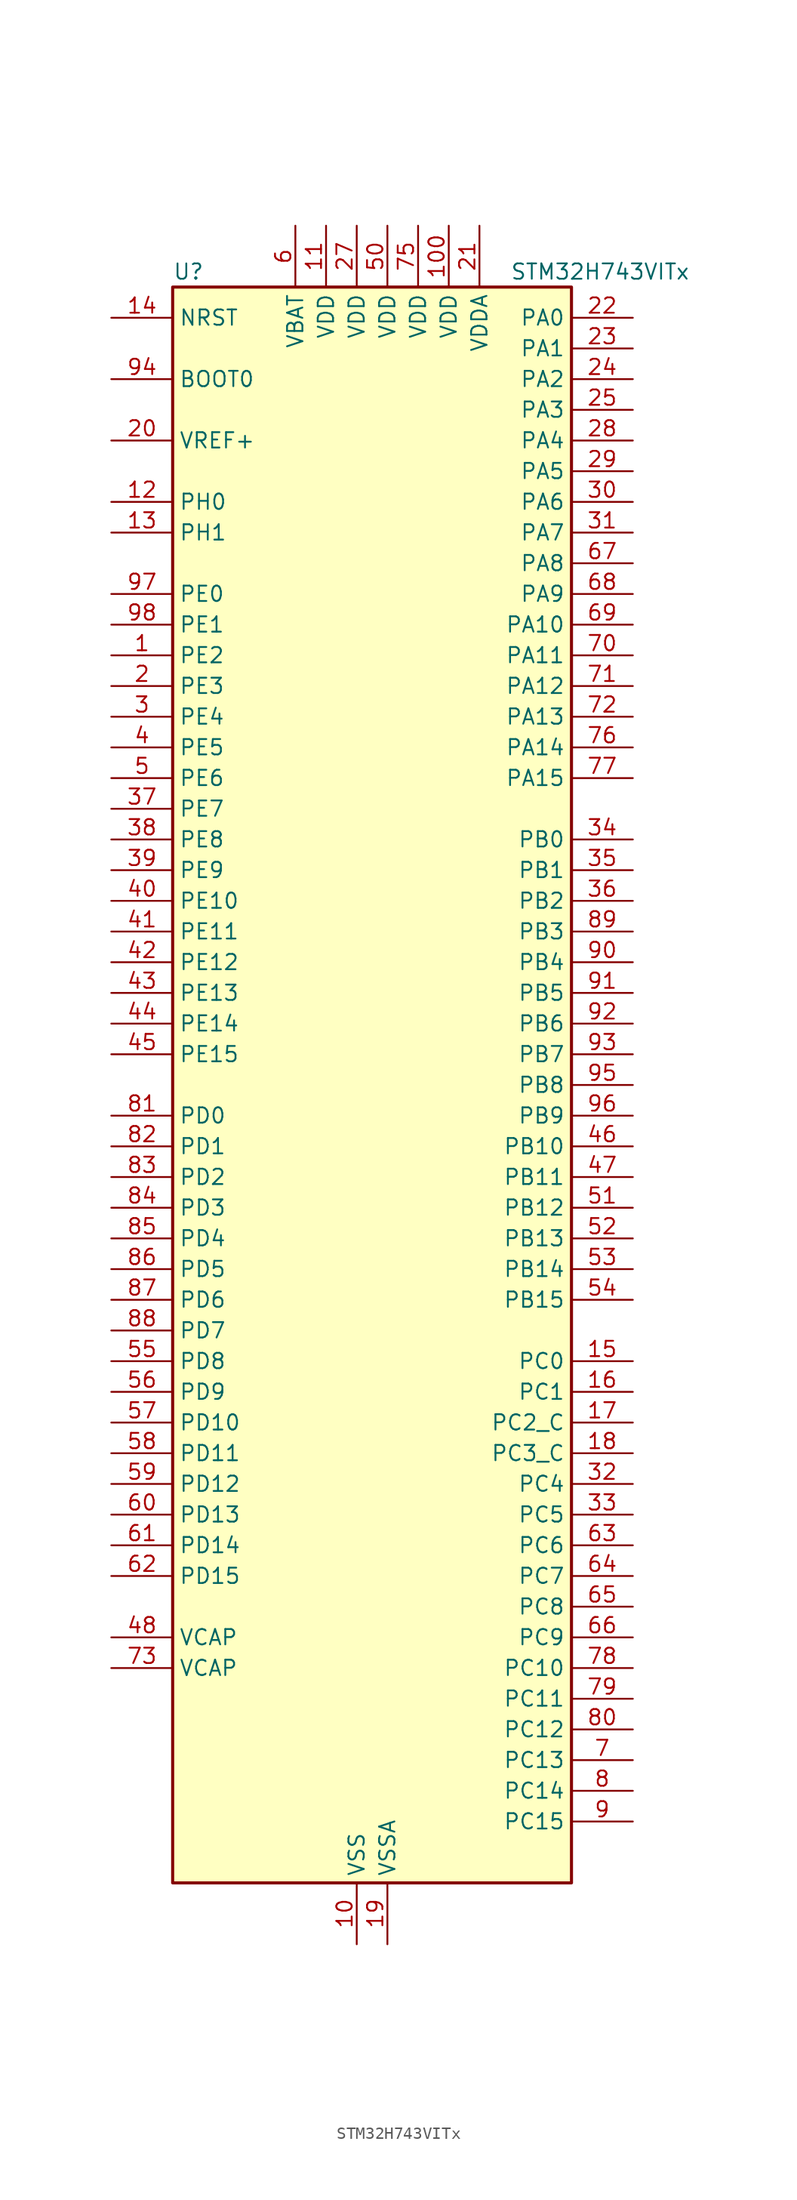
<source format=kicad_sym>
(kicad_symbol_lib
  (version 20231120)
  (generator "kicad_symbol_editor")
  (generator_version "8.0")
  (symbol "STM32H743VITx"
    (property "Reference" "U"
      (at -15.24 67.31 0)
      (effects (font (size 1.27 1.27)) (justify left)))
    (property "Value" "STM32H743VITx"
      (at 12.7 67.31 0)
      (effects (font (size 1.27 1.27)) (justify left)))
    (property "ki_locked" ""
      (at 0 0 0)
      (effects (font (size 1.27 1.27))))
    (symbol "STM32H743VITx_0_1"
      (rectangle (start -15.24 -66.04) (end 17.78 66.04) (stroke (width 0.254) (type default)) (fill (type background))))
    (symbol "STM32H743VITx_1_1"
      (pin bidirectional line (at -20.32 35.56 0) (length 5.08) (name "PE2" (effects (font (size 1.27 1.27)))) (number "1" (effects (font (size 1.27 1.27)))) (alternate "DEBUG_TRACECLK" bidirectional line) (alternate "ETH_TXD3" bidirectional line) (alternate "FMC_A23" bidirectional line) (alternate "QUADSPI_BK1_IO2" bidirectional line) (alternate "SAI1_CK1" bidirectional line) (alternate "SAI1_MCLK_A" bidirectional line) (alternate "SAI4_CK1" bidirectional line) (alternate "SAI4_MCLK_A" bidirectional line) (alternate "SPI4_SCK" bidirectional line))
      (pin power_in line (at 0 -71.12 90) (length 5.08) (name "VSS" (effects (font (size 1.27 1.27)))) (number "10" (effects (font (size 1.27 1.27)))))
      (pin power_in line (at 7.62 71.12 270) (length 5.08) (name "VDD" (effects (font (size 1.27 1.27)))) (number "100" (effects (font (size 1.27 1.27)))))
      (pin power_in line (at -2.54 71.12 270) (length 5.08) (name "VDD" (effects (font (size 1.27 1.27)))) (number "11" (effects (font (size 1.27 1.27)))))
      (pin bidirectional line (at -20.32 48.26 0) (length 5.08) (name "PH0" (effects (font (size 1.27 1.27)))) (number "12" (effects (font (size 1.27 1.27)))) (alternate "RCC_OSC_IN" bidirectional line))
      (pin bidirectional line (at -20.32 45.72 0) (length 5.08) (name "PH1" (effects (font (size 1.27 1.27)))) (number "13" (effects (font (size 1.27 1.27)))) (alternate "RCC_OSC_OUT" bidirectional line))
      (pin input line (at -20.32 63.5 0) (length 5.08) (name "NRST" (effects (font (size 1.27 1.27)))) (number "14" (effects (font (size 1.27 1.27)))))
      (pin bidirectional line (at 22.86 -22.86 180) (length 5.08) (name "PC0" (effects (font (size 1.27 1.27)))) (number "15" (effects (font (size 1.27 1.27)))) (alternate "ADC1_INP10" bidirectional line) (alternate "ADC2_INP10" bidirectional line) (alternate "ADC3_INP10" bidirectional line) (alternate "DFSDM1_CKIN0" bidirectional line) (alternate "DFSDM1_DATIN4" bidirectional line) (alternate "FMC_SDNWE" bidirectional line) (alternate "LTDC_R5" bidirectional line) (alternate "SAI2_FS_B" bidirectional line) (alternate "USB_OTG_HS_ULPI_STP" bidirectional line))
      (pin bidirectional line (at 22.86 -25.4 180) (length 5.08) (name "PC1" (effects (font (size 1.27 1.27)))) (number "16" (effects (font (size 1.27 1.27)))) (alternate "ADC1_INN10" bidirectional line) (alternate "ADC1_INP11" bidirectional line) (alternate "ADC2_INN10" bidirectional line) (alternate "ADC2_INP11" bidirectional line) (alternate "ADC3_INN10" bidirectional line) (alternate "ADC3_INP11" bidirectional line) (alternate "DEBUG_TRACED0" bidirectional line) (alternate "DFSDM1_CKIN4" bidirectional line) (alternate "DFSDM1_DATIN0" bidirectional line) (alternate "ETH_MDC" bidirectional line) (alternate "I2S2_SDO" bidirectional line) (alternate "MDIOS_MDC" bidirectional line) (alternate "PWR_WKUP6" bidirectional line) (alternate "RTC_TAMP3" bidirectional line) (alternate "SAI1_D1" bidirectional line) (alternate "SAI1_SD_A" bidirectional line) (alternate "SAI4_D1" bidirectional line) (alternate "SAI4_SD_A" bidirectional line) (alternate "SDMMC2_CK" bidirectional line) (alternate "SPI2_MOSI" bidirectional line))
      (pin bidirectional line (at 22.86 -27.94 180) (length 5.08) (name "PC2_C" (effects (font (size 1.27 1.27)))) (number "17" (effects (font (size 1.27 1.27)))) (alternate "ADC3_INN1" bidirectional line) (alternate "ADC3_INP0" bidirectional line) (alternate "DFSDM1_CKIN1" bidirectional line) (alternate "DFSDM1_CKOUT" bidirectional line) (alternate "ETH_TXD2" bidirectional line) (alternate "FMC_SDNE0" bidirectional line) (alternate "I2S2_SDI" bidirectional line) (alternate "PWR_CSTOP" bidirectional line) (alternate "SPI2_MISO" bidirectional line) (alternate "USB_OTG_HS_ULPI_DIR" bidirectional line))
      (pin bidirectional line (at 22.86 -30.48 180) (length 5.08) (name "PC3_C" (effects (font (size 1.27 1.27)))) (number "18" (effects (font (size 1.27 1.27)))) (alternate "ADC3_INP1" bidirectional line) (alternate "DFSDM1_DATIN1" bidirectional line) (alternate "ETH_TX_CLK" bidirectional line) (alternate "FMC_SDCKE0" bidirectional line) (alternate "I2S2_SDO" bidirectional line) (alternate "PWR_CSLEEP" bidirectional line) (alternate "SPI2_MOSI" bidirectional line) (alternate "USB_OTG_HS_ULPI_NXT" bidirectional line))
      (pin power_in line (at 2.54 -71.12 90) (length 5.08) (name "VSSA" (effects (font (size 1.27 1.27)))) (number "19" (effects (font (size 1.27 1.27)))))
      (pin bidirectional line (at -20.32 33.02 0) (length 5.08) (name "PE3" (effects (font (size 1.27 1.27)))) (number "2" (effects (font (size 1.27 1.27)))) (alternate "DEBUG_TRACED0" bidirectional line) (alternate "FMC_A19" bidirectional line) (alternate "SAI1_SD_B" bidirectional line) (alternate "SAI4_SD_B" bidirectional line) (alternate "TIM15_BKIN" bidirectional line))
      (pin input line (at -20.32 53.34 0) (length 5.08) (name "VREF+" (effects (font (size 1.27 1.27)))) (number "20" (effects (font (size 1.27 1.27)))) (alternate "VREFBUF_OUT" bidirectional line))
      (pin power_in line (at 10.16 71.12 270) (length 5.08) (name "VDDA" (effects (font (size 1.27 1.27)))) (number "21" (effects (font (size 1.27 1.27)))))
      (pin bidirectional line (at 22.86 63.5 180) (length 5.08) (name "PA0" (effects (font (size 1.27 1.27)))) (number "22" (effects (font (size 1.27 1.27)))) (alternate "ADC1_INP16" bidirectional line) (alternate "ETH_CRS" bidirectional line) (alternate "PWR_WKUP1" bidirectional line) (alternate "SAI2_SD_B" bidirectional line) (alternate "SDMMC2_CMD" bidirectional line) (alternate "TIM15_BKIN" bidirectional line) (alternate "TIM2_CH1" bidirectional line) (alternate "TIM2_ETR" bidirectional line) (alternate "TIM5_CH1" bidirectional line) (alternate "TIM8_ETR" bidirectional line) (alternate "UART4_TX" bidirectional line) (alternate "USART2_CTS" bidirectional line) (alternate "USART2_NSS" bidirectional line))
      (pin bidirectional line (at 22.86 60.96 180) (length 5.08) (name "PA1" (effects (font (size 1.27 1.27)))) (number "23" (effects (font (size 1.27 1.27)))) (alternate "ADC1_INN16" bidirectional line) (alternate "ADC1_INP17" bidirectional line) (alternate "ETH_REF_CLK" bidirectional line) (alternate "ETH_RX_CLK" bidirectional line) (alternate "LPTIM3_OUT" bidirectional line) (alternate "LTDC_R2" bidirectional line) (alternate "QUADSPI_BK1_IO3" bidirectional line) (alternate "SAI2_MCLK_B" bidirectional line) (alternate "TIM15_CH1N" bidirectional line) (alternate "TIM2_CH2" bidirectional line) (alternate "TIM5_CH2" bidirectional line) (alternate "UART4_RX" bidirectional line) (alternate "USART2_DE" bidirectional line) (alternate "USART2_RTS" bidirectional line))
      (pin bidirectional line (at 22.86 58.42 180) (length 5.08) (name "PA2" (effects (font (size 1.27 1.27)))) (number "24" (effects (font (size 1.27 1.27)))) (alternate "ADC1_INP14" bidirectional line) (alternate "ADC2_INP14" bidirectional line) (alternate "ETH_MDIO" bidirectional line) (alternate "LPTIM4_OUT" bidirectional line) (alternate "LTDC_R1" bidirectional line) (alternate "MDIOS_MDIO" bidirectional line) (alternate "PWR_WKUP2" bidirectional line) (alternate "SAI2_SCK_B" bidirectional line) (alternate "TIM15_CH1" bidirectional line) (alternate "TIM2_CH3" bidirectional line) (alternate "TIM5_CH3" bidirectional line) (alternate "USART2_TX" bidirectional line))
      (pin bidirectional line (at 22.86 55.88 180) (length 5.08) (name "PA3" (effects (font (size 1.27 1.27)))) (number "25" (effects (font (size 1.27 1.27)))) (alternate "ADC1_INP15" bidirectional line) (alternate "ADC2_INP15" bidirectional line) (alternate "ETH_COL" bidirectional line) (alternate "LPTIM5_OUT" bidirectional line) (alternate "LTDC_B2" bidirectional line) (alternate "LTDC_B5" bidirectional line) (alternate "TIM15_CH2" bidirectional line) (alternate "TIM2_CH4" bidirectional line) (alternate "TIM5_CH4" bidirectional line) (alternate "USART2_RX" bidirectional line) (alternate "USB_OTG_HS_ULPI_D0" bidirectional line))
      (pin passive line (at 0 -71.12 90) (length 5.08) hide (name "VSS" (effects (font (size 1.27 1.27)))) (number "26" (effects (font (size 1.27 1.27)))))
      (pin power_in line (at 0 71.12 270) (length 5.08) (name "VDD" (effects (font (size 1.27 1.27)))) (number "27" (effects (font (size 1.27 1.27)))))
      (pin bidirectional line (at 22.86 53.34 180) (length 5.08) (name "PA4" (effects (font (size 1.27 1.27)))) (number "28" (effects (font (size 1.27 1.27)))) (alternate "ADC1_INP18" bidirectional line) (alternate "ADC2_INP18" bidirectional line) (alternate "DAC1_OUT1" bidirectional line) (alternate "DCMI_HSYNC" bidirectional line) (alternate "I2S1_WS" bidirectional line) (alternate "I2S3_WS" bidirectional line) (alternate "LTDC_VSYNC" bidirectional line) (alternate "SPI1_NSS" bidirectional line) (alternate "SPI3_NSS" bidirectional line) (alternate "SPI6_NSS" bidirectional line) (alternate "TIM5_ETR" bidirectional line) (alternate "USART2_CK" bidirectional line) (alternate "USB_OTG_HS_SOF" bidirectional line))
      (pin bidirectional line (at 22.86 50.8 180) (length 5.08) (name "PA5" (effects (font (size 1.27 1.27)))) (number "29" (effects (font (size 1.27 1.27)))) (alternate "ADC1_INN18" bidirectional line) (alternate "ADC1_INP19" bidirectional line) (alternate "ADC2_INN18" bidirectional line) (alternate "ADC2_INP19" bidirectional line) (alternate "DAC1_OUT2" bidirectional line) (alternate "I2S1_CK" bidirectional line) (alternate "LTDC_R4" bidirectional line) (alternate "PWR_NDSTOP2" bidirectional line) (alternate "SPI1_SCK" bidirectional line) (alternate "SPI6_SCK" bidirectional line) (alternate "TIM2_CH1" bidirectional line) (alternate "TIM2_ETR" bidirectional line) (alternate "TIM8_CH1N" bidirectional line) (alternate "USB_OTG_HS_ULPI_CK" bidirectional line))
      (pin bidirectional line (at -20.32 30.48 0) (length 5.08) (name "PE4" (effects (font (size 1.27 1.27)))) (number "3" (effects (font (size 1.27 1.27)))) (alternate "DCMI_D4" bidirectional line) (alternate "DEBUG_TRACED1" bidirectional line) (alternate "DFSDM1_DATIN3" bidirectional line) (alternate "FMC_A20" bidirectional line) (alternate "LTDC_B0" bidirectional line) (alternate "SAI1_D2" bidirectional line) (alternate "SAI1_FS_A" bidirectional line) (alternate "SAI4_D2" bidirectional line) (alternate "SAI4_FS_A" bidirectional line) (alternate "SPI4_NSS" bidirectional line) (alternate "TIM15_CH1N" bidirectional line))
      (pin bidirectional line (at 22.86 48.26 180) (length 5.08) (name "PA6" (effects (font (size 1.27 1.27)))) (number "30" (effects (font (size 1.27 1.27)))) (alternate "ADC1_INP3" bidirectional line) (alternate "ADC2_INP3" bidirectional line) (alternate "DCMI_PIXCLK" bidirectional line) (alternate "I2S1_SDI" bidirectional line) (alternate "LTDC_G2" bidirectional line) (alternate "MDIOS_MDC" bidirectional line) (alternate "SPI1_MISO" bidirectional line) (alternate "SPI6_MISO" bidirectional line) (alternate "TIM13_CH1" bidirectional line) (alternate "TIM1_BKIN" bidirectional line) (alternate "TIM1_BKIN_COMP1" bidirectional line) (alternate "TIM1_BKIN_COMP2" bidirectional line) (alternate "TIM3_CH1" bidirectional line) (alternate "TIM8_BKIN" bidirectional line) (alternate "TIM8_BKIN_COMP1" bidirectional line) (alternate "TIM8_BKIN_COMP2" bidirectional line))
      (pin bidirectional line (at 22.86 45.72 180) (length 5.08) (name "PA7" (effects (font (size 1.27 1.27)))) (number "31" (effects (font (size 1.27 1.27)))) (alternate "ADC1_INN3" bidirectional line) (alternate "ADC1_INP7" bidirectional line) (alternate "ADC2_INN3" bidirectional line) (alternate "ADC2_INP7" bidirectional line) (alternate "ETH_CRS_DV" bidirectional line) (alternate "ETH_RX_DV" bidirectional line) (alternate "FMC_SDNWE" bidirectional line) (alternate "I2S1_SDO" bidirectional line) (alternate "OPAMP1_VINM" bidirectional line) (alternate "OPAMP1_VINM1" bidirectional line) (alternate "SPI1_MOSI" bidirectional line) (alternate "SPI6_MOSI" bidirectional line) (alternate "TIM14_CH1" bidirectional line) (alternate "TIM1_CH1N" bidirectional line) (alternate "TIM3_CH2" bidirectional line) (alternate "TIM8_CH1N" bidirectional line))
      (pin bidirectional line (at 22.86 -33.02 180) (length 5.08) (name "PC4" (effects (font (size 1.27 1.27)))) (number "32" (effects (font (size 1.27 1.27)))) (alternate "ADC1_INP4" bidirectional line) (alternate "ADC2_INP4" bidirectional line) (alternate "COMP1_INM" bidirectional line) (alternate "DFSDM1_CKIN2" bidirectional line) (alternate "ETH_RXD0" bidirectional line) (alternate "FMC_SDNE0" bidirectional line) (alternate "I2S1_MCK" bidirectional line) (alternate "OPAMP1_VOUT" bidirectional line) (alternate "SPDIFRX1_IN2" bidirectional line))
      (pin bidirectional line (at 22.86 -35.56 180) (length 5.08) (name "PC5" (effects (font (size 1.27 1.27)))) (number "33" (effects (font (size 1.27 1.27)))) (alternate "ADC1_INN4" bidirectional line) (alternate "ADC1_INP8" bidirectional line) (alternate "ADC2_INN4" bidirectional line) (alternate "ADC2_INP8" bidirectional line) (alternate "COMP1_OUT" bidirectional line) (alternate "DFSDM1_DATIN2" bidirectional line) (alternate "ETH_RXD1" bidirectional line) (alternate "FMC_SDCKE0" bidirectional line) (alternate "OPAMP1_VINM" bidirectional line) (alternate "OPAMP1_VINM0" bidirectional line) (alternate "SAI1_D3" bidirectional line) (alternate "SAI4_D3" bidirectional line) (alternate "SPDIFRX1_IN3" bidirectional line))
      (pin bidirectional line (at 22.86 20.32 180) (length 5.08) (name "PB0" (effects (font (size 1.27 1.27)))) (number "34" (effects (font (size 1.27 1.27)))) (alternate "ADC1_INN5" bidirectional line) (alternate "ADC1_INP9" bidirectional line) (alternate "ADC2_INN5" bidirectional line) (alternate "ADC2_INP9" bidirectional line) (alternate "COMP1_INP" bidirectional line) (alternate "DFSDM1_CKOUT" bidirectional line) (alternate "ETH_RXD2" bidirectional line) (alternate "LTDC_G1" bidirectional line) (alternate "LTDC_R3" bidirectional line) (alternate "OPAMP1_VINP" bidirectional line) (alternate "TIM1_CH2N" bidirectional line) (alternate "TIM3_CH3" bidirectional line) (alternate "TIM8_CH2N" bidirectional line) (alternate "UART4_CTS" bidirectional line) (alternate "USB_OTG_HS_ULPI_D1" bidirectional line))
      (pin bidirectional line (at 22.86 17.78 180) (length 5.08) (name "PB1" (effects (font (size 1.27 1.27)))) (number "35" (effects (font (size 1.27 1.27)))) (alternate "ADC1_INP5" bidirectional line) (alternate "ADC2_INP5" bidirectional line) (alternate "COMP1_INM" bidirectional line) (alternate "DFSDM1_DATIN1" bidirectional line) (alternate "ETH_RXD3" bidirectional line) (alternate "LTDC_G0" bidirectional line) (alternate "LTDC_R6" bidirectional line) (alternate "TIM1_CH3N" bidirectional line) (alternate "TIM3_CH4" bidirectional line) (alternate "TIM8_CH3N" bidirectional line) (alternate "USB_OTG_HS_ULPI_D2" bidirectional line))
      (pin bidirectional line (at 22.86 15.24 180) (length 5.08) (name "PB2" (effects (font (size 1.27 1.27)))) (number "36" (effects (font (size 1.27 1.27)))) (alternate "COMP1_INP" bidirectional line) (alternate "DFSDM1_CKIN1" bidirectional line) (alternate "I2S3_SDO" bidirectional line) (alternate "QUADSPI_CLK" bidirectional line) (alternate "RTC_OUT_ALARM" bidirectional line) (alternate "RTC_OUT_CALIB" bidirectional line) (alternate "SAI1_D1" bidirectional line) (alternate "SAI1_SD_A" bidirectional line) (alternate "SAI4_D1" bidirectional line) (alternate "SAI4_SD_A" bidirectional line) (alternate "SPI3_MOSI" bidirectional line))
      (pin bidirectional line (at -20.32 22.86 0) (length 5.08) (name "PE7" (effects (font (size 1.27 1.27)))) (number "37" (effects (font (size 1.27 1.27)))) (alternate "COMP2_INM" bidirectional line) (alternate "DFSDM1_DATIN2" bidirectional line) (alternate "FMC_D4" bidirectional line) (alternate "FMC_DA4" bidirectional line) (alternate "OPAMP2_VOUT" bidirectional line) (alternate "QUADSPI_BK2_IO0" bidirectional line) (alternate "TIM1_ETR" bidirectional line) (alternate "UART7_RX" bidirectional line))
      (pin bidirectional line (at -20.32 20.32 0) (length 5.08) (name "PE8" (effects (font (size 1.27 1.27)))) (number "38" (effects (font (size 1.27 1.27)))) (alternate "COMP2_OUT" bidirectional line) (alternate "DFSDM1_CKIN2" bidirectional line) (alternate "FMC_D5" bidirectional line) (alternate "FMC_DA5" bidirectional line) (alternate "OPAMP2_VINM" bidirectional line) (alternate "OPAMP2_VINM0" bidirectional line) (alternate "QUADSPI_BK2_IO1" bidirectional line) (alternate "TIM1_CH1N" bidirectional line) (alternate "UART7_TX" bidirectional line))
      (pin bidirectional line (at -20.32 17.78 0) (length 5.08) (name "PE9" (effects (font (size 1.27 1.27)))) (number "39" (effects (font (size 1.27 1.27)))) (alternate "COMP2_INP" bidirectional line) (alternate "DAC1_EXTI9" bidirectional line) (alternate "DFSDM1_CKOUT" bidirectional line) (alternate "FMC_D6" bidirectional line) (alternate "FMC_DA6" bidirectional line) (alternate "OPAMP2_VINP" bidirectional line) (alternate "QUADSPI_BK2_IO2" bidirectional line) (alternate "TIM1_CH1" bidirectional line) (alternate "UART7_DE" bidirectional line) (alternate "UART7_RTS" bidirectional line))
      (pin bidirectional line (at -20.32 27.94 0) (length 5.08) (name "PE5" (effects (font (size 1.27 1.27)))) (number "4" (effects (font (size 1.27 1.27)))) (alternate "DCMI_D6" bidirectional line) (alternate "DEBUG_TRACED2" bidirectional line) (alternate "DFSDM1_CKIN3" bidirectional line) (alternate "FMC_A21" bidirectional line) (alternate "LTDC_G0" bidirectional line) (alternate "SAI1_CK2" bidirectional line) (alternate "SAI1_SCK_A" bidirectional line) (alternate "SAI4_CK2" bidirectional line) (alternate "SAI4_SCK_A" bidirectional line) (alternate "SPI4_MISO" bidirectional line) (alternate "TIM15_CH1" bidirectional line))
      (pin bidirectional line (at -20.32 15.24 0) (length 5.08) (name "PE10" (effects (font (size 1.27 1.27)))) (number "40" (effects (font (size 1.27 1.27)))) (alternate "COMP2_INM" bidirectional line) (alternate "DFSDM1_DATIN4" bidirectional line) (alternate "FMC_D7" bidirectional line) (alternate "FMC_DA7" bidirectional line) (alternate "QUADSPI_BK2_IO3" bidirectional line) (alternate "TIM1_CH2N" bidirectional line) (alternate "UART7_CTS" bidirectional line))
      (pin bidirectional line (at -20.32 12.7 0) (length 5.08) (name "PE11" (effects (font (size 1.27 1.27)))) (number "41" (effects (font (size 1.27 1.27)))) (alternate "ADC1_EXTI11" bidirectional line) (alternate "ADC2_EXTI11" bidirectional line) (alternate "ADC3_EXTI11" bidirectional line) (alternate "COMP2_INP" bidirectional line) (alternate "DFSDM1_CKIN4" bidirectional line) (alternate "FMC_D8" bidirectional line) (alternate "FMC_DA8" bidirectional line) (alternate "LTDC_G3" bidirectional line) (alternate "SAI2_SD_B" bidirectional line) (alternate "SPI4_NSS" bidirectional line) (alternate "TIM1_CH2" bidirectional line))
      (pin bidirectional line (at -20.32 10.16 0) (length 5.08) (name "PE12" (effects (font (size 1.27 1.27)))) (number "42" (effects (font (size 1.27 1.27)))) (alternate "COMP1_OUT" bidirectional line) (alternate "DFSDM1_DATIN5" bidirectional line) (alternate "FMC_D9" bidirectional line) (alternate "FMC_DA9" bidirectional line) (alternate "LTDC_B4" bidirectional line) (alternate "SAI2_SCK_B" bidirectional line) (alternate "SPI4_SCK" bidirectional line) (alternate "TIM1_CH3N" bidirectional line))
      (pin bidirectional line (at -20.32 7.62 0) (length 5.08) (name "PE13" (effects (font (size 1.27 1.27)))) (number "43" (effects (font (size 1.27 1.27)))) (alternate "COMP2_OUT" bidirectional line) (alternate "DFSDM1_CKIN5" bidirectional line) (alternate "FMC_D10" bidirectional line) (alternate "FMC_DA10" bidirectional line) (alternate "LTDC_DE" bidirectional line) (alternate "SAI2_FS_B" bidirectional line) (alternate "SPI4_MISO" bidirectional line) (alternate "TIM1_CH3" bidirectional line))
      (pin bidirectional line (at -20.32 5.08 0) (length 5.08) (name "PE14" (effects (font (size 1.27 1.27)))) (number "44" (effects (font (size 1.27 1.27)))) (alternate "FMC_D11" bidirectional line) (alternate "FMC_DA11" bidirectional line) (alternate "LTDC_CLK" bidirectional line) (alternate "SAI2_MCLK_B" bidirectional line) (alternate "SPI4_MOSI" bidirectional line) (alternate "TIM1_CH4" bidirectional line))
      (pin bidirectional line (at -20.32 2.54 0) (length 5.08) (name "PE15" (effects (font (size 1.27 1.27)))) (number "45" (effects (font (size 1.27 1.27)))) (alternate "ADC1_EXTI15" bidirectional line) (alternate "ADC2_EXTI15" bidirectional line) (alternate "ADC3_EXTI15" bidirectional line) (alternate "FMC_D12" bidirectional line) (alternate "FMC_DA12" bidirectional line) (alternate "LTDC_R7" bidirectional line) (alternate "TIM1_BKIN" bidirectional line) (alternate "TIM1_BKIN_COMP1" bidirectional line) (alternate "TIM1_BKIN_COMP2" bidirectional line))
      (pin bidirectional line (at 22.86 -5.08 180) (length 5.08) (name "PB10" (effects (font (size 1.27 1.27)))) (number "46" (effects (font (size 1.27 1.27)))) (alternate "DFSDM1_DATIN7" bidirectional line) (alternate "ETH_RX_ER" bidirectional line) (alternate "HRTIM_SCOUT" bidirectional line) (alternate "I2C2_SCL" bidirectional line) (alternate "I2S2_CK" bidirectional line) (alternate "LPTIM2_IN1" bidirectional line) (alternate "LTDC_G4" bidirectional line) (alternate "QUADSPI_BK1_NCS" bidirectional line) (alternate "SPI2_SCK" bidirectional line) (alternate "TIM2_CH3" bidirectional line) (alternate "USART3_TX" bidirectional line) (alternate "USB_OTG_HS_ULPI_D3" bidirectional line))
      (pin bidirectional line (at 22.86 -7.62 180) (length 5.08) (name "PB11" (effects (font (size 1.27 1.27)))) (number "47" (effects (font (size 1.27 1.27)))) (alternate "ADC1_EXTI11" bidirectional line) (alternate "ADC2_EXTI11" bidirectional line) (alternate "ADC3_EXTI11" bidirectional line) (alternate "DFSDM1_CKIN7" bidirectional line) (alternate "ETH_TX_EN" bidirectional line) (alternate "HRTIM_SCIN" bidirectional line) (alternate "I2C2_SDA" bidirectional line) (alternate "LPTIM2_ETR" bidirectional line) (alternate "LTDC_G5" bidirectional line) (alternate "TIM2_CH4" bidirectional line) (alternate "USART3_RX" bidirectional line) (alternate "USB_OTG_HS_ULPI_D4" bidirectional line))
      (pin power_out line (at -20.32 -45.72 0) (length 5.08) (name "VCAP" (effects (font (size 1.27 1.27)))) (number "48" (effects (font (size 1.27 1.27)))))
      (pin passive line (at 0 -71.12 90) (length 5.08) hide (name "VSS" (effects (font (size 1.27 1.27)))) (number "49" (effects (font (size 1.27 1.27)))))
      (pin bidirectional line (at -20.32 25.4 0) (length 5.08) (name "PE6" (effects (font (size 1.27 1.27)))) (number "5" (effects (font (size 1.27 1.27)))) (alternate "DCMI_D7" bidirectional line) (alternate "DEBUG_TRACED3" bidirectional line) (alternate "FMC_A22" bidirectional line) (alternate "LTDC_G1" bidirectional line) (alternate "SAI1_D1" bidirectional line) (alternate "SAI1_SD_A" bidirectional line) (alternate "SAI2_MCLK_B" bidirectional line) (alternate "SAI4_D1" bidirectional line) (alternate "SAI4_SD_A" bidirectional line) (alternate "SPI4_MOSI" bidirectional line) (alternate "TIM15_CH2" bidirectional line) (alternate "TIM1_BKIN2" bidirectional line) (alternate "TIM1_BKIN2_COMP1" bidirectional line) (alternate "TIM1_BKIN2_COMP2" bidirectional line))
      (pin power_in line (at 2.54 71.12 270) (length 5.08) (name "VDD" (effects (font (size 1.27 1.27)))) (number "50" (effects (font (size 1.27 1.27)))))
      (pin bidirectional line (at 22.86 -10.16 180) (length 5.08) (name "PB12" (effects (font (size 1.27 1.27)))) (number "51" (effects (font (size 1.27 1.27)))) (alternate "DFSDM1_DATIN1" bidirectional line) (alternate "ETH_TXD0" bidirectional line) (alternate "FDCAN2_RX" bidirectional line) (alternate "I2C2_SMBA" bidirectional line) (alternate "I2S2_WS" bidirectional line) (alternate "SPI2_NSS" bidirectional line) (alternate "TIM1_BKIN" bidirectional line) (alternate "TIM1_BKIN_COMP1" bidirectional line) (alternate "TIM1_BKIN_COMP2" bidirectional line) (alternate "UART5_RX" bidirectional line) (alternate "USART3_CK" bidirectional line) (alternate "USB_OTG_HS_ID" bidirectional line) (alternate "USB_OTG_HS_ULPI_D5" bidirectional line))
      (pin bidirectional line (at 22.86 -12.7 180) (length 5.08) (name "PB13" (effects (font (size 1.27 1.27)))) (number "52" (effects (font (size 1.27 1.27)))) (alternate "DFSDM1_CKIN1" bidirectional line) (alternate "ETH_TXD1" bidirectional line) (alternate "FDCAN2_TX" bidirectional line) (alternate "I2S2_CK" bidirectional line) (alternate "LPTIM2_OUT" bidirectional line) (alternate "SPI2_SCK" bidirectional line) (alternate "TIM1_CH1N" bidirectional line) (alternate "UART5_TX" bidirectional line) (alternate "USART3_CTS" bidirectional line) (alternate "USART3_NSS" bidirectional line) (alternate "USB_OTG_HS_ULPI_D6" bidirectional line) (alternate "USB_OTG_HS_VBUS" bidirectional line))
      (pin bidirectional line (at 22.86 -15.24 180) (length 5.08) (name "PB14" (effects (font (size 1.27 1.27)))) (number "53" (effects (font (size 1.27 1.27)))) (alternate "DFSDM1_DATIN2" bidirectional line) (alternate "I2S2_SDI" bidirectional line) (alternate "SDMMC2_D0" bidirectional line) (alternate "SPI2_MISO" bidirectional line) (alternate "TIM12_CH1" bidirectional line) (alternate "TIM1_CH2N" bidirectional line) (alternate "TIM8_CH2N" bidirectional line) (alternate "UART4_DE" bidirectional line) (alternate "UART4_RTS" bidirectional line) (alternate "USART1_TX" bidirectional line) (alternate "USART3_DE" bidirectional line) (alternate "USART3_RTS" bidirectional line) (alternate "USB_OTG_HS_DM" bidirectional line))
      (pin bidirectional line (at 22.86 -17.78 180) (length 5.08) (name "PB15" (effects (font (size 1.27 1.27)))) (number "54" (effects (font (size 1.27 1.27)))) (alternate "ADC1_EXTI15" bidirectional line) (alternate "ADC2_EXTI15" bidirectional line) (alternate "ADC3_EXTI15" bidirectional line) (alternate "DFSDM1_CKIN2" bidirectional line) (alternate "I2S2_SDO" bidirectional line) (alternate "RTC_REFIN" bidirectional line) (alternate "SDMMC2_D1" bidirectional line) (alternate "SPI2_MOSI" bidirectional line) (alternate "TIM12_CH2" bidirectional line) (alternate "TIM1_CH3N" bidirectional line) (alternate "TIM8_CH3N" bidirectional line) (alternate "UART4_CTS" bidirectional line) (alternate "USART1_RX" bidirectional line) (alternate "USB_OTG_HS_DP" bidirectional line))
      (pin bidirectional line (at -20.32 -22.86 0) (length 5.08) (name "PD8" (effects (font (size 1.27 1.27)))) (number "55" (effects (font (size 1.27 1.27)))) (alternate "DFSDM1_CKIN3" bidirectional line) (alternate "FMC_D13" bidirectional line) (alternate "FMC_DA13" bidirectional line) (alternate "SAI3_SCK_B" bidirectional line) (alternate "SPDIFRX1_IN1" bidirectional line) (alternate "USART3_TX" bidirectional line))
      (pin bidirectional line (at -20.32 -25.4 0) (length 5.08) (name "PD9" (effects (font (size 1.27 1.27)))) (number "56" (effects (font (size 1.27 1.27)))) (alternate "DAC1_EXTI9" bidirectional line) (alternate "DFSDM1_DATIN3" bidirectional line) (alternate "FMC_D14" bidirectional line) (alternate "FMC_DA14" bidirectional line) (alternate "SAI3_SD_B" bidirectional line) (alternate "USART3_RX" bidirectional line))
      (pin bidirectional line (at -20.32 -27.94 0) (length 5.08) (name "PD10" (effects (font (size 1.27 1.27)))) (number "57" (effects (font (size 1.27 1.27)))) (alternate "DFSDM1_CKOUT" bidirectional line) (alternate "FMC_D15" bidirectional line) (alternate "FMC_DA15" bidirectional line) (alternate "LTDC_B3" bidirectional line) (alternate "SAI3_FS_B" bidirectional line) (alternate "USART3_CK" bidirectional line))
      (pin bidirectional line (at -20.32 -30.48 0) (length 5.08) (name "PD11" (effects (font (size 1.27 1.27)))) (number "58" (effects (font (size 1.27 1.27)))) (alternate "ADC1_EXTI11" bidirectional line) (alternate "ADC2_EXTI11" bidirectional line) (alternate "ADC3_EXTI11" bidirectional line) (alternate "FMC_A16" bidirectional line) (alternate "FMC_CLE" bidirectional line) (alternate "I2C4_SMBA" bidirectional line) (alternate "LPTIM2_IN2" bidirectional line) (alternate "QUADSPI_BK1_IO0" bidirectional line) (alternate "SAI2_SD_A" bidirectional line) (alternate "USART3_CTS" bidirectional line) (alternate "USART3_NSS" bidirectional line))
      (pin bidirectional line (at -20.32 -33.02 0) (length 5.08) (name "PD12" (effects (font (size 1.27 1.27)))) (number "59" (effects (font (size 1.27 1.27)))) (alternate "FMC_A17" bidirectional line) (alternate "FMC_ALE" bidirectional line) (alternate "I2C4_SCL" bidirectional line) (alternate "LPTIM1_IN1" bidirectional line) (alternate "LPTIM2_IN1" bidirectional line) (alternate "QUADSPI_BK1_IO1" bidirectional line) (alternate "SAI2_FS_A" bidirectional line) (alternate "TIM4_CH1" bidirectional line) (alternate "USART3_DE" bidirectional line) (alternate "USART3_RTS" bidirectional line))
      (pin power_in line (at -5.08 71.12 270) (length 5.08) (name "VBAT" (effects (font (size 1.27 1.27)))) (number "6" (effects (font (size 1.27 1.27)))))
      (pin bidirectional line (at -20.32 -35.56 0) (length 5.08) (name "PD13" (effects (font (size 1.27 1.27)))) (number "60" (effects (font (size 1.27 1.27)))) (alternate "FMC_A18" bidirectional line) (alternate "I2C4_SDA" bidirectional line) (alternate "LPTIM1_OUT" bidirectional line) (alternate "QUADSPI_BK1_IO3" bidirectional line) (alternate "SAI2_SCK_A" bidirectional line) (alternate "TIM4_CH2" bidirectional line))
      (pin bidirectional line (at -20.32 -38.1 0) (length 5.08) (name "PD14" (effects (font (size 1.27 1.27)))) (number "61" (effects (font (size 1.27 1.27)))) (alternate "FMC_D0" bidirectional line) (alternate "FMC_DA0" bidirectional line) (alternate "SAI3_MCLK_B" bidirectional line) (alternate "TIM4_CH3" bidirectional line) (alternate "UART8_CTS" bidirectional line))
      (pin bidirectional line (at -20.32 -40.64 0) (length 5.08) (name "PD15" (effects (font (size 1.27 1.27)))) (number "62" (effects (font (size 1.27 1.27)))) (alternate "ADC1_EXTI15" bidirectional line) (alternate "ADC2_EXTI15" bidirectional line) (alternate "ADC3_EXTI15" bidirectional line) (alternate "FMC_D1" bidirectional line) (alternate "FMC_DA1" bidirectional line) (alternate "SAI3_MCLK_A" bidirectional line) (alternate "TIM4_CH4" bidirectional line) (alternate "UART8_DE" bidirectional line) (alternate "UART8_RTS" bidirectional line))
      (pin bidirectional line (at 22.86 -38.1 180) (length 5.08) (name "PC6" (effects (font (size 1.27 1.27)))) (number "63" (effects (font (size 1.27 1.27)))) (alternate "DCMI_D0" bidirectional line) (alternate "DFSDM1_CKIN3" bidirectional line) (alternate "FMC_NWAIT" bidirectional line) (alternate "HRTIM_CHA1" bidirectional line) (alternate "I2S2_MCK" bidirectional line) (alternate "LTDC_HSYNC" bidirectional line) (alternate "SDMMC1_D0DIR" bidirectional line) (alternate "SDMMC1_D6" bidirectional line) (alternate "SDMMC2_D6" bidirectional line) (alternate "SWPMI1_IO" bidirectional line) (alternate "TIM3_CH1" bidirectional line) (alternate "TIM8_CH1" bidirectional line) (alternate "USART6_TX" bidirectional line))
      (pin bidirectional line (at 22.86 -40.64 180) (length 5.08) (name "PC7" (effects (font (size 1.27 1.27)))) (number "64" (effects (font (size 1.27 1.27)))) (alternate "DCMI_D1" bidirectional line) (alternate "DEBUG_TRGIO" bidirectional line) (alternate "DFSDM1_DATIN3" bidirectional line) (alternate "FMC_NE1" bidirectional line) (alternate "HRTIM_CHA2" bidirectional line) (alternate "I2S3_MCK" bidirectional line) (alternate "LTDC_G6" bidirectional line) (alternate "SDMMC1_D123DIR" bidirectional line) (alternate "SDMMC1_D7" bidirectional line) (alternate "SDMMC2_D7" bidirectional line) (alternate "SWPMI1_TX" bidirectional line) (alternate "TIM3_CH2" bidirectional line) (alternate "TIM8_CH2" bidirectional line) (alternate "USART6_RX" bidirectional line))
      (pin bidirectional line (at 22.86 -43.18 180) (length 5.08) (name "PC8" (effects (font (size 1.27 1.27)))) (number "65" (effects (font (size 1.27 1.27)))) (alternate "DCMI_D2" bidirectional line) (alternate "DEBUG_TRACED1" bidirectional line) (alternate "FMC_NCE" bidirectional line) (alternate "FMC_NE2" bidirectional line) (alternate "HRTIM_CHB1" bidirectional line) (alternate "SDMMC1_D0" bidirectional line) (alternate "SWPMI1_RX" bidirectional line) (alternate "TIM3_CH3" bidirectional line) (alternate "TIM8_CH3" bidirectional line) (alternate "UART5_DE" bidirectional line) (alternate "UART5_RTS" bidirectional line) (alternate "USART6_CK" bidirectional line))
      (pin bidirectional line (at 22.86 -45.72 180) (length 5.08) (name "PC9" (effects (font (size 1.27 1.27)))) (number "66" (effects (font (size 1.27 1.27)))) (alternate "DAC1_EXTI9" bidirectional line) (alternate "DCMI_D3" bidirectional line) (alternate "I2C3_SDA" bidirectional line) (alternate "I2S_CKIN" bidirectional line) (alternate "LTDC_B2" bidirectional line) (alternate "LTDC_G3" bidirectional line) (alternate "QUADSPI_BK1_IO0" bidirectional line) (alternate "RCC_MCO_2" bidirectional line) (alternate "SDMMC1_D1" bidirectional line) (alternate "SWPMI1_SUSPEND" bidirectional line) (alternate "TIM3_CH4" bidirectional line) (alternate "TIM8_CH4" bidirectional line) (alternate "UART5_CTS" bidirectional line))
      (pin bidirectional line (at 22.86 43.18 180) (length 5.08) (name "PA8" (effects (font (size 1.27 1.27)))) (number "67" (effects (font (size 1.27 1.27)))) (alternate "HRTIM_CHB2" bidirectional line) (alternate "I2C3_SCL" bidirectional line) (alternate "LTDC_B3" bidirectional line) (alternate "LTDC_R6" bidirectional line) (alternate "RCC_MCO_1" bidirectional line) (alternate "TIM1_CH1" bidirectional line) (alternate "TIM8_BKIN2" bidirectional line) (alternate "TIM8_BKIN2_COMP1" bidirectional line) (alternate "TIM8_BKIN2_COMP2" bidirectional line) (alternate "UART7_RX" bidirectional line) (alternate "USART1_CK" bidirectional line) (alternate "USB_OTG_FS_SOF" bidirectional line))
      (pin bidirectional line (at 22.86 40.64 180) (length 5.08) (name "PA9" (effects (font (size 1.27 1.27)))) (number "68" (effects (font (size 1.27 1.27)))) (alternate "DAC1_EXTI9" bidirectional line) (alternate "DCMI_D0" bidirectional line) (alternate "HRTIM_CHC1" bidirectional line) (alternate "I2C3_SMBA" bidirectional line) (alternate "I2S2_CK" bidirectional line) (alternate "LPUART1_TX" bidirectional line) (alternate "LTDC_R5" bidirectional line) (alternate "SPI2_SCK" bidirectional line) (alternate "TIM1_CH2" bidirectional line) (alternate "USART1_TX" bidirectional line) (alternate "USB_OTG_FS_VBUS" bidirectional line))
      (pin bidirectional line (at 22.86 38.1 180) (length 5.08) (name "PA10" (effects (font (size 1.27 1.27)))) (number "69" (effects (font (size 1.27 1.27)))) (alternate "DCMI_D1" bidirectional line) (alternate "HRTIM_CHC2" bidirectional line) (alternate "LPUART1_RX" bidirectional line) (alternate "LTDC_B1" bidirectional line) (alternate "LTDC_B4" bidirectional line) (alternate "MDIOS_MDIO" bidirectional line) (alternate "TIM1_CH3" bidirectional line) (alternate "USART1_RX" bidirectional line) (alternate "USB_OTG_FS_ID" bidirectional line))
      (pin bidirectional line (at 22.86 -55.88 180) (length 5.08) (name "PC13" (effects (font (size 1.27 1.27)))) (number "7" (effects (font (size 1.27 1.27)))) (alternate "PWR_WKUP4" bidirectional line) (alternate "RTC_OUT_ALARM" bidirectional line) (alternate "RTC_OUT_CALIB" bidirectional line) (alternate "RTC_TAMP1" bidirectional line) (alternate "RTC_TS" bidirectional line))
      (pin bidirectional line (at 22.86 35.56 180) (length 5.08) (name "PA11" (effects (font (size 1.27 1.27)))) (number "70" (effects (font (size 1.27 1.27)))) (alternate "ADC1_EXTI11" bidirectional line) (alternate "ADC2_EXTI11" bidirectional line) (alternate "ADC3_EXTI11" bidirectional line) (alternate "FDCAN1_RX" bidirectional line) (alternate "HRTIM_CHD1" bidirectional line) (alternate "I2S2_WS" bidirectional line) (alternate "LPUART1_CTS" bidirectional line) (alternate "LTDC_R4" bidirectional line) (alternate "SPI2_NSS" bidirectional line) (alternate "TIM1_CH4" bidirectional line) (alternate "UART4_RX" bidirectional line) (alternate "USART1_CTS" bidirectional line) (alternate "USART1_NSS" bidirectional line) (alternate "USB_OTG_FS_DM" bidirectional line))
      (pin bidirectional line (at 22.86 33.02 180) (length 5.08) (name "PA12" (effects (font (size 1.27 1.27)))) (number "71" (effects (font (size 1.27 1.27)))) (alternate "FDCAN1_TX" bidirectional line) (alternate "HRTIM_CHD2" bidirectional line) (alternate "I2S2_CK" bidirectional line) (alternate "LPUART1_DE" bidirectional line) (alternate "LPUART1_RTS" bidirectional line) (alternate "LTDC_R5" bidirectional line) (alternate "SAI2_FS_B" bidirectional line) (alternate "SPI2_SCK" bidirectional line) (alternate "TIM1_ETR" bidirectional line) (alternate "UART4_TX" bidirectional line) (alternate "USART1_DE" bidirectional line) (alternate "USART1_RTS" bidirectional line) (alternate "USB_OTG_FS_DP" bidirectional line))
      (pin bidirectional line (at 22.86 30.48 180) (length 5.08) (name "PA13" (effects (font (size 1.27 1.27)))) (number "72" (effects (font (size 1.27 1.27)))) (alternate "DEBUG_JTMS-SWDIO" bidirectional line))
      (pin power_out line (at -20.32 -48.26 0) (length 5.08) (name "VCAP" (effects (font (size 1.27 1.27)))) (number "73" (effects (font (size 1.27 1.27)))))
      (pin passive line (at 0 -71.12 90) (length 5.08) hide (name "VSS" (effects (font (size 1.27 1.27)))) (number "74" (effects (font (size 1.27 1.27)))))
      (pin power_in line (at 5.08 71.12 270) (length 5.08) (name "VDD" (effects (font (size 1.27 1.27)))) (number "75" (effects (font (size 1.27 1.27)))))
      (pin bidirectional line (at 22.86 27.94 180) (length 5.08) (name "PA14" (effects (font (size 1.27 1.27)))) (number "76" (effects (font (size 1.27 1.27)))) (alternate "DEBUG_JTCK-SWCLK" bidirectional line))
      (pin bidirectional line (at 22.86 25.4 180) (length 5.08) (name "PA15" (effects (font (size 1.27 1.27)))) (number "77" (effects (font (size 1.27 1.27)))) (alternate "ADC1_EXTI15" bidirectional line) (alternate "ADC2_EXTI15" bidirectional line) (alternate "ADC3_EXTI15" bidirectional line) (alternate "CEC" bidirectional line) (alternate "DEBUG_JTDI" bidirectional line) (alternate "HRTIM_FLT1" bidirectional line) (alternate "I2S1_WS" bidirectional line) (alternate "I2S3_WS" bidirectional line) (alternate "SPI1_NSS" bidirectional line) (alternate "SPI3_NSS" bidirectional line) (alternate "SPI6_NSS" bidirectional line) (alternate "TIM2_CH1" bidirectional line) (alternate "TIM2_ETR" bidirectional line) (alternate "UART4_DE" bidirectional line) (alternate "UART4_RTS" bidirectional line) (alternate "UART7_TX" bidirectional line))
      (pin bidirectional line (at 22.86 -48.26 180) (length 5.08) (name "PC10" (effects (font (size 1.27 1.27)))) (number "78" (effects (font (size 1.27 1.27)))) (alternate "DCMI_D8" bidirectional line) (alternate "DFSDM1_CKIN5" bidirectional line) (alternate "HRTIM_EEV1" bidirectional line) (alternate "I2S3_CK" bidirectional line) (alternate "LTDC_R2" bidirectional line) (alternate "QUADSPI_BK1_IO1" bidirectional line) (alternate "SDMMC1_D2" bidirectional line) (alternate "SPI3_SCK" bidirectional line) (alternate "UART4_TX" bidirectional line) (alternate "USART3_TX" bidirectional line))
      (pin bidirectional line (at 22.86 -50.8 180) (length 5.08) (name "PC11" (effects (font (size 1.27 1.27)))) (number "79" (effects (font (size 1.27 1.27)))) (alternate "ADC1_EXTI11" bidirectional line) (alternate "ADC2_EXTI11" bidirectional line) (alternate "ADC3_EXTI11" bidirectional line) (alternate "DCMI_D4" bidirectional line) (alternate "DFSDM1_DATIN5" bidirectional line) (alternate "HRTIM_FLT2" bidirectional line) (alternate "I2S3_SDI" bidirectional line) (alternate "QUADSPI_BK2_NCS" bidirectional line) (alternate "SDMMC1_D3" bidirectional line) (alternate "SPI3_MISO" bidirectional line) (alternate "UART4_RX" bidirectional line) (alternate "USART3_RX" bidirectional line))
      (pin bidirectional line (at 22.86 -58.42 180) (length 5.08) (name "PC14" (effects (font (size 1.27 1.27)))) (number "8" (effects (font (size 1.27 1.27)))) (alternate "RCC_OSC32_IN" bidirectional line))
      (pin bidirectional line (at 22.86 -53.34 180) (length 5.08) (name "PC12" (effects (font (size 1.27 1.27)))) (number "80" (effects (font (size 1.27 1.27)))) (alternate "DCMI_D9" bidirectional line) (alternate "DEBUG_TRACED3" bidirectional line) (alternate "HRTIM_EEV2" bidirectional line) (alternate "I2S3_SDO" bidirectional line) (alternate "SDMMC1_CK" bidirectional line) (alternate "SPI3_MOSI" bidirectional line) (alternate "UART5_TX" bidirectional line) (alternate "USART3_CK" bidirectional line))
      (pin bidirectional line (at -20.32 -2.54 0) (length 5.08) (name "PD0" (effects (font (size 1.27 1.27)))) (number "81" (effects (font (size 1.27 1.27)))) (alternate "DFSDM1_CKIN6" bidirectional line) (alternate "FDCAN1_RX" bidirectional line) (alternate "FMC_D2" bidirectional line) (alternate "FMC_DA2" bidirectional line) (alternate "SAI3_SCK_A" bidirectional line) (alternate "UART4_RX" bidirectional line))
      (pin bidirectional line (at -20.32 -5.08 0) (length 5.08) (name "PD1" (effects (font (size 1.27 1.27)))) (number "82" (effects (font (size 1.27 1.27)))) (alternate "DFSDM1_DATIN6" bidirectional line) (alternate "FDCAN1_TX" bidirectional line) (alternate "FMC_D3" bidirectional line) (alternate "FMC_DA3" bidirectional line) (alternate "SAI3_SD_A" bidirectional line) (alternate "UART4_TX" bidirectional line))
      (pin bidirectional line (at -20.32 -7.62 0) (length 5.08) (name "PD2" (effects (font (size 1.27 1.27)))) (number "83" (effects (font (size 1.27 1.27)))) (alternate "DCMI_D11" bidirectional line) (alternate "DEBUG_TRACED2" bidirectional line) (alternate "SDMMC1_CMD" bidirectional line) (alternate "TIM3_ETR" bidirectional line) (alternate "UART5_RX" bidirectional line))
      (pin bidirectional line (at -20.32 -10.16 0) (length 5.08) (name "PD3" (effects (font (size 1.27 1.27)))) (number "84" (effects (font (size 1.27 1.27)))) (alternate "DCMI_D5" bidirectional line) (alternate "DFSDM1_CKOUT" bidirectional line) (alternate "FMC_CLK" bidirectional line) (alternate "I2S2_CK" bidirectional line) (alternate "LTDC_G7" bidirectional line) (alternate "SPI2_SCK" bidirectional line) (alternate "USART2_CTS" bidirectional line) (alternate "USART2_NSS" bidirectional line))
      (pin bidirectional line (at -20.32 -12.7 0) (length 5.08) (name "PD4" (effects (font (size 1.27 1.27)))) (number "85" (effects (font (size 1.27 1.27)))) (alternate "FMC_NOE" bidirectional line) (alternate "HRTIM_FLT3" bidirectional line) (alternate "SAI3_FS_A" bidirectional line) (alternate "USART2_DE" bidirectional line) (alternate "USART2_RTS" bidirectional line))
      (pin bidirectional line (at -20.32 -15.24 0) (length 5.08) (name "PD5" (effects (font (size 1.27 1.27)))) (number "86" (effects (font (size 1.27 1.27)))) (alternate "FMC_NWE" bidirectional line) (alternate "HRTIM_EEV3" bidirectional line) (alternate "USART2_TX" bidirectional line))
      (pin bidirectional line (at -20.32 -17.78 0) (length 5.08) (name "PD6" (effects (font (size 1.27 1.27)))) (number "87" (effects (font (size 1.27 1.27)))) (alternate "DCMI_D10" bidirectional line) (alternate "DFSDM1_CKIN4" bidirectional line) (alternate "DFSDM1_DATIN1" bidirectional line) (alternate "FMC_NWAIT" bidirectional line) (alternate "I2S3_SDO" bidirectional line) (alternate "LTDC_B2" bidirectional line) (alternate "SAI1_D1" bidirectional line) (alternate "SAI1_SD_A" bidirectional line) (alternate "SAI4_D1" bidirectional line) (alternate "SAI4_SD_A" bidirectional line) (alternate "SDMMC2_CK" bidirectional line) (alternate "SPI3_MOSI" bidirectional line) (alternate "USART2_RX" bidirectional line))
      (pin bidirectional line (at -20.32 -20.32 0) (length 5.08) (name "PD7" (effects (font (size 1.27 1.27)))) (number "88" (effects (font (size 1.27 1.27)))) (alternate "DFSDM1_CKIN1" bidirectional line) (alternate "DFSDM1_DATIN4" bidirectional line) (alternate "FMC_NE1" bidirectional line) (alternate "I2S1_SDO" bidirectional line) (alternate "SDMMC2_CMD" bidirectional line) (alternate "SPDIFRX1_IN0" bidirectional line) (alternate "SPI1_MOSI" bidirectional line) (alternate "USART2_CK" bidirectional line))
      (pin bidirectional line (at 22.86 12.7 180) (length 5.08) (name "PB3" (effects (font (size 1.27 1.27)))) (number "89" (effects (font (size 1.27 1.27)))) (alternate "CRS_SYNC" bidirectional line) (alternate "DEBUG_JTDO-SWO" bidirectional line) (alternate "HRTIM_FLT4" bidirectional line) (alternate "I2S1_CK" bidirectional line) (alternate "I2S3_CK" bidirectional line) (alternate "SDMMC2_D2" bidirectional line) (alternate "SPI1_SCK" bidirectional line) (alternate "SPI3_SCK" bidirectional line) (alternate "SPI6_SCK" bidirectional line) (alternate "TIM2_CH2" bidirectional line) (alternate "UART7_RX" bidirectional line))
      (pin bidirectional line (at 22.86 -60.96 180) (length 5.08) (name "PC15" (effects (font (size 1.27 1.27)))) (number "9" (effects (font (size 1.27 1.27)))) (alternate "ADC1_EXTI15" bidirectional line) (alternate "ADC2_EXTI15" bidirectional line) (alternate "ADC3_EXTI15" bidirectional line) (alternate "RCC_OSC32_OUT" bidirectional line))
      (pin bidirectional line (at 22.86 10.16 180) (length 5.08) (name "PB4" (effects (font (size 1.27 1.27)))) (number "90" (effects (font (size 1.27 1.27)))) (alternate "DEBUG_JTRST" bidirectional line) (alternate "HRTIM_EEV6" bidirectional line) (alternate "I2S1_SDI" bidirectional line) (alternate "I2S2_WS" bidirectional line) (alternate "I2S3_SDI" bidirectional line) (alternate "SDMMC2_D3" bidirectional line) (alternate "SPI1_MISO" bidirectional line) (alternate "SPI2_NSS" bidirectional line) (alternate "SPI3_MISO" bidirectional line) (alternate "SPI6_MISO" bidirectional line) (alternate "TIM16_BKIN" bidirectional line) (alternate "TIM3_CH1" bidirectional line) (alternate "UART7_TX" bidirectional line))
      (pin bidirectional line (at 22.86 7.62 180) (length 5.08) (name "PB5" (effects (font (size 1.27 1.27)))) (number "91" (effects (font (size 1.27 1.27)))) (alternate "DCMI_D10" bidirectional line) (alternate "ETH_PPS_OUT" bidirectional line) (alternate "FDCAN2_RX" bidirectional line) (alternate "FMC_SDCKE1" bidirectional line) (alternate "HRTIM_EEV7" bidirectional line) (alternate "I2C1_SMBA" bidirectional line) (alternate "I2C4_SMBA" bidirectional line) (alternate "I2S1_SDO" bidirectional line) (alternate "I2S3_SDO" bidirectional line) (alternate "SPI1_MOSI" bidirectional line) (alternate "SPI3_MOSI" bidirectional line) (alternate "SPI6_MOSI" bidirectional line) (alternate "TIM17_BKIN" bidirectional line) (alternate "TIM3_CH2" bidirectional line) (alternate "UART5_RX" bidirectional line) (alternate "USB_OTG_HS_ULPI_D7" bidirectional line))
      (pin bidirectional line (at 22.86 5.08 180) (length 5.08) (name "PB6" (effects (font (size 1.27 1.27)))) (number "92" (effects (font (size 1.27 1.27)))) (alternate "CEC" bidirectional line) (alternate "DCMI_D5" bidirectional line) (alternate "DFSDM1_DATIN5" bidirectional line) (alternate "FDCAN2_TX" bidirectional line) (alternate "FMC_SDNE1" bidirectional line) (alternate "HRTIM_EEV8" bidirectional line) (alternate "I2C1_SCL" bidirectional line) (alternate "I2C4_SCL" bidirectional line) (alternate "LPUART1_TX" bidirectional line) (alternate "QUADSPI_BK1_NCS" bidirectional line) (alternate "TIM16_CH1N" bidirectional line) (alternate "TIM4_CH1" bidirectional line) (alternate "UART5_TX" bidirectional line) (alternate "USART1_TX" bidirectional line))
      (pin bidirectional line (at 22.86 2.54 180) (length 5.08) (name "PB7" (effects (font (size 1.27 1.27)))) (number "93" (effects (font (size 1.27 1.27)))) (alternate "DCMI_VSYNC" bidirectional line) (alternate "DFSDM1_CKIN5" bidirectional line) (alternate "FMC_NL" bidirectional line) (alternate "HRTIM_EEV9" bidirectional line) (alternate "I2C1_SDA" bidirectional line) (alternate "I2C4_SDA" bidirectional line) (alternate "LPUART1_RX" bidirectional line) (alternate "PWR_PVD_IN" bidirectional line) (alternate "TIM17_CH1N" bidirectional line) (alternate "TIM4_CH2" bidirectional line) (alternate "USART1_RX" bidirectional line))
      (pin input line (at -20.32 58.42 0) (length 5.08) (name "BOOT0" (effects (font (size 1.27 1.27)))) (number "94" (effects (font (size 1.27 1.27)))))
      (pin bidirectional line (at 22.86 0 180) (length 5.08) (name "PB8" (effects (font (size 1.27 1.27)))) (number "95" (effects (font (size 1.27 1.27)))) (alternate "DCMI_D6" bidirectional line) (alternate "DFSDM1_CKIN7" bidirectional line) (alternate "ETH_TXD3" bidirectional line) (alternate "FDCAN1_RX" bidirectional line) (alternate "I2C1_SCL" bidirectional line) (alternate "I2C4_SCL" bidirectional line) (alternate "LTDC_B6" bidirectional line) (alternate "SDMMC1_CKIN" bidirectional line) (alternate "SDMMC1_D4" bidirectional line) (alternate "SDMMC2_D4" bidirectional line) (alternate "TIM16_CH1" bidirectional line) (alternate "TIM4_CH3" bidirectional line) (alternate "UART4_RX" bidirectional line))
      (pin bidirectional line (at 22.86 -2.54 180) (length 5.08) (name "PB9" (effects (font (size 1.27 1.27)))) (number "96" (effects (font (size 1.27 1.27)))) (alternate "DAC1_EXTI9" bidirectional line) (alternate "DCMI_D7" bidirectional line) (alternate "DFSDM1_DATIN7" bidirectional line) (alternate "FDCAN1_TX" bidirectional line) (alternate "I2C1_SDA" bidirectional line) (alternate "I2C4_SDA" bidirectional line) (alternate "I2C4_SMBA" bidirectional line) (alternate "I2S2_WS" bidirectional line) (alternate "LTDC_B7" bidirectional line) (alternate "SDMMC1_CDIR" bidirectional line) (alternate "SDMMC1_D5" bidirectional line) (alternate "SDMMC2_D5" bidirectional line) (alternate "SPI2_NSS" bidirectional line) (alternate "TIM17_CH1" bidirectional line) (alternate "TIM4_CH4" bidirectional line) (alternate "UART4_TX" bidirectional line))
      (pin bidirectional line (at -20.32 40.64 0) (length 5.08) (name "PE0" (effects (font (size 1.27 1.27)))) (number "97" (effects (font (size 1.27 1.27)))) (alternate "DCMI_D2" bidirectional line) (alternate "FMC_NBL0" bidirectional line) (alternate "HRTIM_SCIN" bidirectional line) (alternate "LPTIM1_ETR" bidirectional line) (alternate "LPTIM2_ETR" bidirectional line) (alternate "SAI2_MCLK_A" bidirectional line) (alternate "TIM4_ETR" bidirectional line) (alternate "UART8_RX" bidirectional line))
      (pin bidirectional line (at -20.32 38.1 0) (length 5.08) (name "PE1" (effects (font (size 1.27 1.27)))) (number "98" (effects (font (size 1.27 1.27)))) (alternate "DCMI_D3" bidirectional line) (alternate "FMC_NBL1" bidirectional line) (alternate "HRTIM_SCOUT" bidirectional line) (alternate "LPTIM1_IN2" bidirectional line) (alternate "UART8_TX" bidirectional line))
      (pin passive line (at 0 -71.12 90) (length 5.08) hide (name "VSS" (effects (font (size 1.27 1.27)))) (number "99" (effects (font (size 1.27 1.27))))))))
</source>
